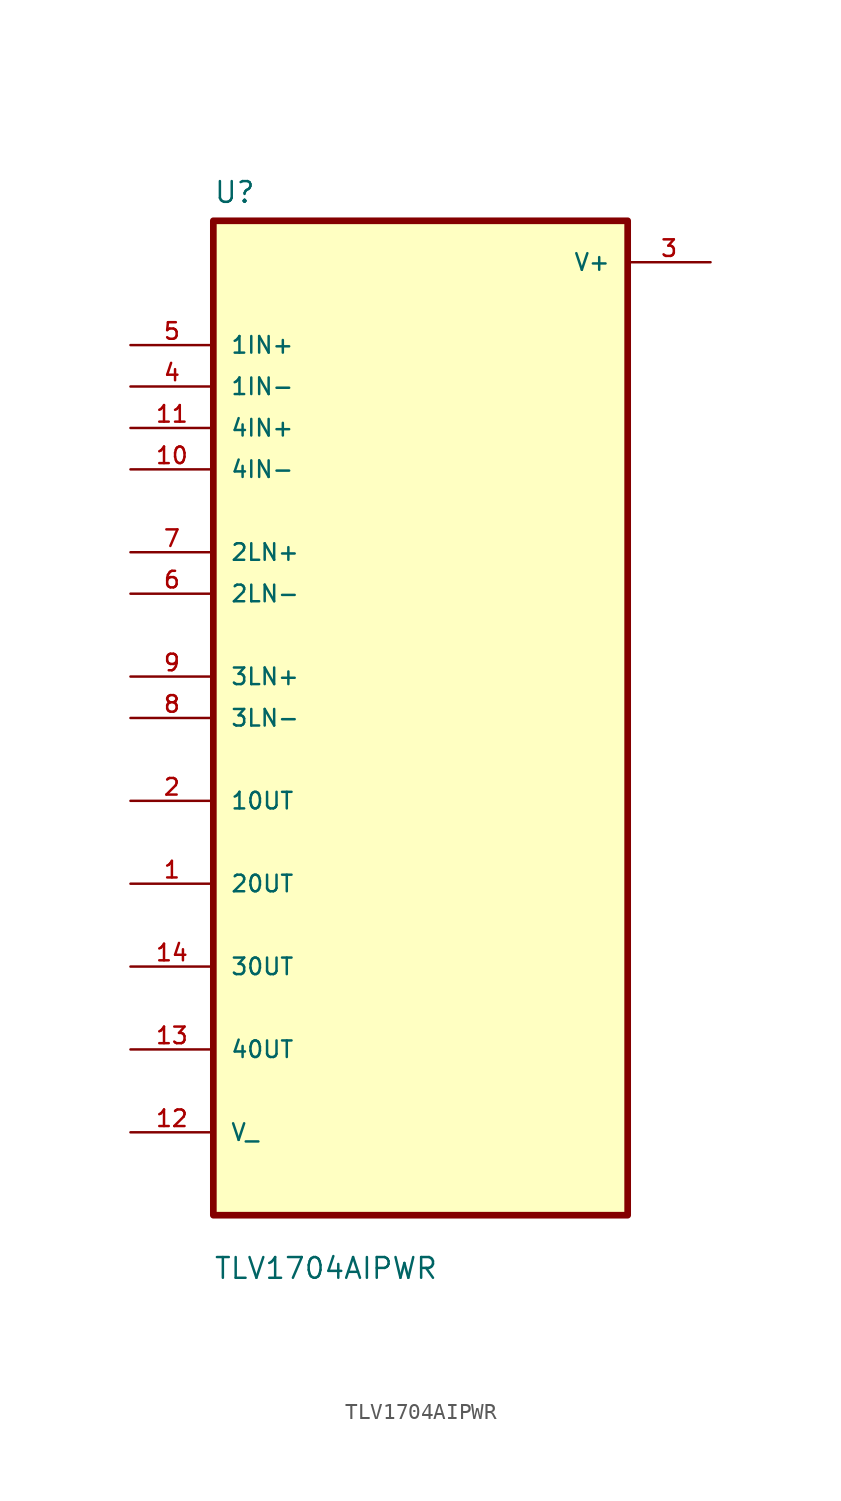
<source format=kicad_sym>
(kicad_symbol_lib
  (version 20211014)
  (generator kicad_symbol_editor)
  (symbol "TLV1704AIPWR"
    (pin_names
      (offset 1.016))
    (property "Reference" "U"
      (at -12.7 31.48 0.0)
      (effects (font (size 1.27 1.27)) (justify bottom left)))
    (property "Value" "TLV1704AIPWR"
      (at -12.7 -34.48 0.0)
      (effects (font (size 1.27 1.27)) (justify bottom left)))
    (symbol "TLV1704AIPWR_0_0"
      (rectangle (start -12.7 -30.48) (end 12.7 30.48) (stroke (width 0.41)) (fill (type background)))
      (pin input line (at -17.78 22.86 0) (length 5.08) (name "1IN+" (effects (font (size 1.016 1.016)))) (number "5" (effects (font (size 1.016 1.016)))))
      (pin input line (at -17.78 20.32 0) (length 5.08) (name "1IN-" (effects (font (size 1.016 1.016)))) (number "4" (effects (font (size 1.016 1.016)))))
      (pin input line (at -17.78 17.78 0) (length 5.08) (name "4IN+" (effects (font (size 1.016 1.016)))) (number "11" (effects (font (size 1.016 1.016)))))
      (pin input line (at -17.78 15.24 0) (length 5.08) (name "4IN-" (effects (font (size 1.016 1.016)))) (number "10" (effects (font (size 1.016 1.016)))))
      (pin bidirectional line (at -17.78 10.16 0) (length 5.08) (name "2LN+" (effects (font (size 1.016 1.016)))) (number "7" (effects (font (size 1.016 1.016)))))
      (pin bidirectional line (at -17.78 7.62 0) (length 5.08) (name "2LN-" (effects (font (size 1.016 1.016)))) (number "6" (effects (font (size 1.016 1.016)))))
      (pin bidirectional line (at -17.78 2.54 0) (length 5.08) (name "3LN+" (effects (font (size 1.016 1.016)))) (number "9" (effects (font (size 1.016 1.016)))))
      (pin bidirectional line (at -17.78 3.55271e-15 0) (length 5.08) (name "3LN-" (effects (font (size 1.016 1.016)))) (number "8" (effects (font (size 1.016 1.016)))))
      (pin bidirectional line (at -17.78 -5.08 0) (length 5.08) (name "10UT" (effects (font (size 1.016 1.016)))) (number "2" (effects (font (size 1.016 1.016)))))
      (pin bidirectional line (at -17.78 -10.16 0) (length 5.08) (name "20UT" (effects (font (size 1.016 1.016)))) (number "1" (effects (font (size 1.016 1.016)))))
      (pin bidirectional line (at -17.78 -15.24 0) (length 5.08) (name "30UT" (effects (font (size 1.016 1.016)))) (number "14" (effects (font (size 1.016 1.016)))))
      (pin bidirectional line (at -17.78 -20.32 0) (length 5.08) (name "40UT" (effects (font (size 1.016 1.016)))) (number "13" (effects (font (size 1.016 1.016)))))
      (pin bidirectional line (at -17.78 -25.4 0) (length 5.08) (name "V_" (effects (font (size 1.016 1.016)))) (number "12" (effects (font (size 1.016 1.016)))))
      (pin power_in line (at 17.78 27.94 180.0) (length 5.08) (name "V+" (effects (font (size 1.016 1.016)))) (number "3" (effects (font (size 1.016 1.016))))))))
</source>
